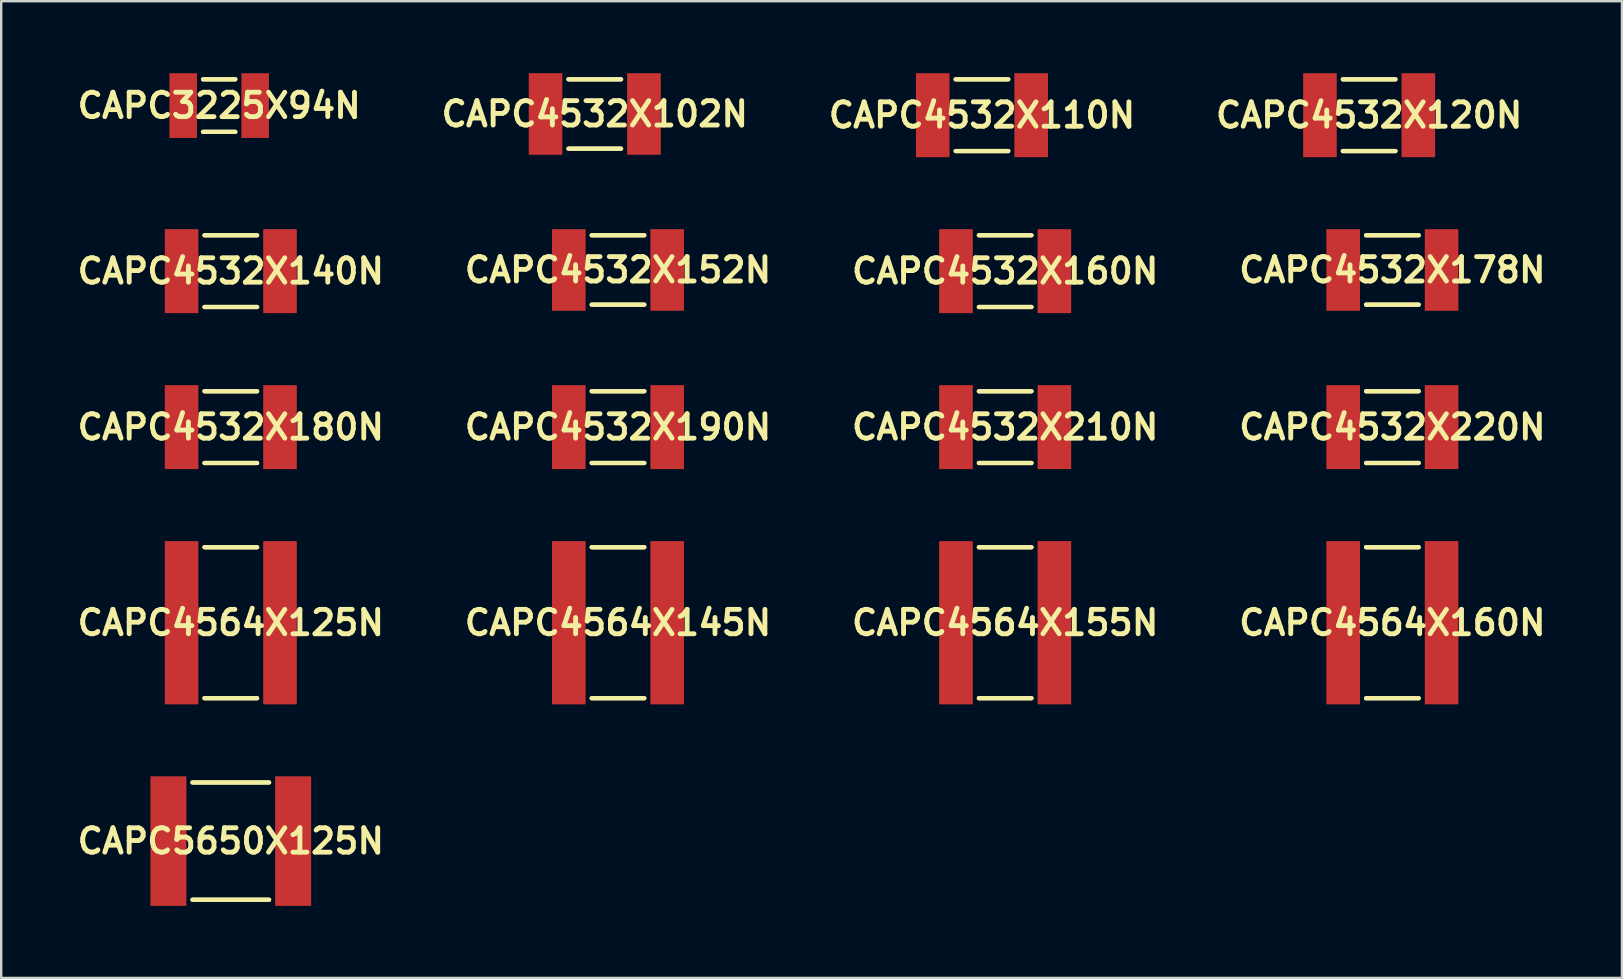
<source format=kicad_pcb>
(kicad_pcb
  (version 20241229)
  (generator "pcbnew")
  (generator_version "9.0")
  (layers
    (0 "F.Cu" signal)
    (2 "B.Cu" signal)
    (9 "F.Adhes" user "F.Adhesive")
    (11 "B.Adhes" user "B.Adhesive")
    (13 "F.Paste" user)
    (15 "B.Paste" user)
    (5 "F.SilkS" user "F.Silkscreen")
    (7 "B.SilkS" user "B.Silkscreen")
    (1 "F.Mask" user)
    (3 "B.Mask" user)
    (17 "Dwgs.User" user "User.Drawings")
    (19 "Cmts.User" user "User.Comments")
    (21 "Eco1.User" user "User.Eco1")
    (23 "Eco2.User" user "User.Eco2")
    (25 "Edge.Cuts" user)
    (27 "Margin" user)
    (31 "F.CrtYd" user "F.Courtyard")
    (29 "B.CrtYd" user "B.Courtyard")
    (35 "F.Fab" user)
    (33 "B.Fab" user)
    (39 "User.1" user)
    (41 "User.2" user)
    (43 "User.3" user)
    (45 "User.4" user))
  (footprint "CAPC4532X180N"
    (layer "F.Cu")
    (at 6.565 14.744)
    (property "Reference" "CAPC4532X180N" (at 0 0 0) (layer "F.SilkS") (effects (font (size 1.016 1.016) (thickness 0.203))))
    (attr smd)
    (fp_line (start -1.095 -1.494) (end 1.095 -1.494) (stroke (width 0.178) (type solid)) (layer "F.SilkS"))
    (fp_line (start -1.095 1.494) (end 1.095 1.494) (stroke (width 0.178) (type solid)) (layer "F.SilkS"))
    (fp_line (start 1.095 -1.494) (end -1.095 -1.494) (stroke (width 0.178) (type solid)) (layer "F.SilkS"))
    (fp_line (start 1.095 1.494) (end -1.095 1.494) (stroke (width 0.178) (type solid)) (layer "F.SilkS"))
    (pad "1" smd rect (at -2.05 0) (size 1.4 3.498) (layers "F.Cu" "F.Mask" "F.Paste"))
    (pad "2" smd rect (at 2.05 0) (size 1.4 3.498) (layers "F.Cu" "F.Mask" "F.Paste")))
  (footprint "CAPC3225X94N"
    (layer "F.Cu")
    (at 6.081 1.349)
    (property "Reference" "CAPC3225X94N" (at 0 0 0) (layer "F.SilkS") (effects (font (size 1.016 1.016) (thickness 0.203))))
    (attr smd)
    (fp_line (start -0.671 -1.095) (end 0.671 -1.095) (stroke (width 0.178) (type solid)) (layer "F.SilkS"))
    (fp_line (start -0.671 1.095) (end 0.671 1.095) (stroke (width 0.178) (type solid)) (layer "F.SilkS"))
    (fp_line (start 0.671 -1.095) (end -0.671 -1.095) (stroke (width 0.178) (type solid)) (layer "F.SilkS"))
    (fp_line (start 0.671 1.095) (end -0.671 1.095) (stroke (width 0.178) (type solid)) (layer "F.SilkS"))
    (pad "1" smd rect (at -1.499 0) (size 1.148 2.697) (layers "F.Cu" "F.Mask" "F.Paste"))
    (pad "2" smd rect (at 1.499 0) (size 1.148 2.697) (layers "F.Cu" "F.Mask" "F.Paste")))
  (footprint "CAPC4532X152N"
    (layer "F.Cu")
    (at 22.696 8.197)
    (property "Reference" "CAPC4532X152N" (at 0 0 0) (layer "F.SilkS") (effects (font (size 1.016 1.016) (thickness 0.203))))
    (attr smd)
    (fp_line (start -1.095 -1.445) (end 1.095 -1.445) (stroke (width 0.178) (type solid)) (layer "F.SilkS"))
    (fp_line (start -1.095 1.445) (end 1.095 1.445) (stroke (width 0.178) (type solid)) (layer "F.SilkS"))
    (fp_line (start 1.095 -1.445) (end -1.095 -1.445) (stroke (width 0.178) (type solid)) (layer "F.SilkS"))
    (fp_line (start 1.095 1.445) (end -1.095 1.445) (stroke (width 0.178) (type solid)) (layer "F.SilkS"))
    (pad "1" smd rect (at -2.05 0) (size 1.4 3.399) (layers "F.Cu" "F.Mask" "F.Paste"))
    (pad "2" smd rect (at 2.05 0) (size 1.4 3.399) (layers "F.Cu" "F.Mask" "F.Paste")))
  (footprint "CAPC4532X140N"
    (layer "F.Cu")
    (at 6.565 8.246)
    (property "Reference" "CAPC4532X140N" (at 0 0 0) (layer "F.SilkS") (effects (font (size 1.016 1.016) (thickness 0.203))))
    (attr smd)
    (fp_line (start -1.095 -1.494) (end 1.095 -1.494) (stroke (width 0.178) (type solid)) (layer "F.SilkS"))
    (fp_line (start -1.095 1.494) (end 1.095 1.494) (stroke (width 0.178) (type solid)) (layer "F.SilkS"))
    (fp_line (start 1.095 -1.494) (end -1.095 -1.494) (stroke (width 0.178) (type solid)) (layer "F.SilkS"))
    (fp_line (start 1.095 1.494) (end -1.095 1.494) (stroke (width 0.178) (type solid)) (layer "F.SilkS"))
    (pad "1" smd rect (at -2.05 0) (size 1.4 3.498) (layers "F.Cu" "F.Mask" "F.Paste"))
    (pad "2" smd rect (at 2.05 0) (size 1.4 3.498) (layers "F.Cu" "F.Mask" "F.Paste")))
  (footprint "CAPC4532X220N"
    (layer "F.Cu")
    (at 54.957 14.744)
    (property "Reference" "CAPC4532X220N" (at 0 0 0) (layer "F.SilkS") (effects (font (size 1.016 1.016) (thickness 0.203))))
    (attr smd)
    (fp_line (start -1.095 -1.494) (end 1.095 -1.494) (stroke (width 0.178) (type solid)) (layer "F.SilkS"))
    (fp_line (start -1.095 1.494) (end 1.095 1.494) (stroke (width 0.178) (type solid)) (layer "F.SilkS"))
    (fp_line (start 1.095 -1.494) (end -1.095 -1.494) (stroke (width 0.178) (type solid)) (layer "F.SilkS"))
    (fp_line (start 1.095 1.494) (end -1.095 1.494) (stroke (width 0.178) (type solid)) (layer "F.SilkS"))
    (pad "1" smd rect (at -2.05 0) (size 1.4 3.498) (layers "F.Cu" "F.Mask" "F.Paste"))
    (pad "2" smd rect (at 2.05 0) (size 1.4 3.498) (layers "F.Cu" "F.Mask" "F.Paste")))
  (footprint "CAPC4532X102N"
    (layer "F.Cu")
    (at 21.728 1.699)
    (property "Reference" "CAPC4532X102N" (at 0 0 0) (layer "F.SilkS") (effects (font (size 1.016 1.016) (thickness 0.203))))
    (attr smd)
    (fp_line (start -1.095 -1.445) (end 1.095 -1.445) (stroke (width 0.178) (type solid)) (layer "F.SilkS"))
    (fp_line (start -1.095 1.445) (end 1.095 1.445) (stroke (width 0.178) (type solid)) (layer "F.SilkS"))
    (fp_line (start 1.095 -1.445) (end -1.095 -1.445) (stroke (width 0.178) (type solid)) (layer "F.SilkS"))
    (fp_line (start 1.095 1.445) (end -1.095 1.445) (stroke (width 0.178) (type solid)) (layer "F.SilkS"))
    (pad "1" smd rect (at -2.05 0) (size 1.4 3.399) (layers "F.Cu" "F.Mask" "F.Paste"))
    (pad "2" smd rect (at 2.05 0) (size 1.4 3.399) (layers "F.Cu" "F.Mask" "F.Paste")))
  (footprint "CAPC4532X160N"
    (layer "F.Cu")
    (at 38.826 8.246)
    (property "Reference" "CAPC4532X160N" (at 0 0 0) (layer "F.SilkS") (effects (font (size 1.016 1.016) (thickness 0.203))))
    (attr smd)
    (fp_line (start -1.095 -1.494) (end 1.095 -1.494) (stroke (width 0.178) (type solid)) (layer "F.SilkS"))
    (fp_line (start -1.095 1.494) (end 1.095 1.494) (stroke (width 0.178) (type solid)) (layer "F.SilkS"))
    (fp_line (start 1.095 -1.494) (end -1.095 -1.494) (stroke (width 0.178) (type solid)) (layer "F.SilkS"))
    (fp_line (start 1.095 1.494) (end -1.095 1.494) (stroke (width 0.178) (type solid)) (layer "F.SilkS"))
    (pad "1" smd rect (at -2.05 0) (size 1.4 3.498) (layers "F.Cu" "F.Mask" "F.Paste"))
    (pad "2" smd rect (at 2.05 0) (size 1.4 3.498) (layers "F.Cu" "F.Mask" "F.Paste")))
  (footprint "CAPC4564X160N"
    (layer "F.Cu")
    (at 54.957 22.893)
    (property "Reference" "CAPC4564X160N" (at 0 0 0) (layer "F.SilkS") (effects (font (size 1.016 1.016) (thickness 0.203))))
    (attr smd)
    (fp_line (start -1.095 -3.145) (end 1.095 -3.145) (stroke (width 0.178) (type solid)) (layer "F.SilkS"))
    (fp_line (start -1.095 3.145) (end 1.095 3.145) (stroke (width 0.178) (type solid)) (layer "F.SilkS"))
    (fp_line (start 1.095 -3.145) (end -1.095 -3.145) (stroke (width 0.178) (type solid)) (layer "F.SilkS"))
    (fp_line (start 1.095 3.145) (end -1.095 3.145) (stroke (width 0.178) (type solid)) (layer "F.SilkS"))
    (pad "1" smd rect (at -2.05 0) (size 1.4 6.8) (layers "F.Cu" "F.Mask" "F.Paste"))
    (pad "2" smd rect (at 2.05 0) (size 1.4 6.8) (layers "F.Cu" "F.Mask" "F.Paste")))
  (footprint "CAPC4532X210N"
    (layer "F.Cu")
    (at 38.826 14.744)
    (property "Reference" "CAPC4532X210N" (at 0 0 0) (layer "F.SilkS") (effects (font (size 1.016 1.016) (thickness 0.203))))
    (attr smd)
    (fp_line (start -1.095 -1.494) (end 1.095 -1.494) (stroke (width 0.178) (type solid)) (layer "F.SilkS"))
    (fp_line (start -1.095 1.494) (end 1.095 1.494) (stroke (width 0.178) (type solid)) (layer "F.SilkS"))
    (fp_line (start 1.095 -1.494) (end -1.095 -1.494) (stroke (width 0.178) (type solid)) (layer "F.SilkS"))
    (fp_line (start 1.095 1.494) (end -1.095 1.494) (stroke (width 0.178) (type solid)) (layer "F.SilkS"))
    (pad "1" smd rect (at -2.05 0) (size 1.4 3.498) (layers "F.Cu" "F.Mask" "F.Paste"))
    (pad "2" smd rect (at 2.05 0) (size 1.4 3.498) (layers "F.Cu" "F.Mask" "F.Paste")))
  (footprint "CAPC4564X155N"
    (layer "F.Cu")
    (at 38.826 22.893)
    (property "Reference" "CAPC4564X155N" (at 0 0 0) (layer "F.SilkS") (effects (font (size 1.016 1.016) (thickness 0.203))))
    (attr smd)
    (fp_line (start -1.095 -3.145) (end 1.095 -3.145) (stroke (width 0.178) (type solid)) (layer "F.SilkS"))
    (fp_line (start -1.095 3.145) (end 1.095 3.145) (stroke (width 0.178) (type solid)) (layer "F.SilkS"))
    (fp_line (start 1.095 -3.145) (end -1.095 -3.145) (stroke (width 0.178) (type solid)) (layer "F.SilkS"))
    (fp_line (start 1.095 3.145) (end -1.095 3.145) (stroke (width 0.178) (type solid)) (layer "F.SilkS"))
    (pad "1" smd rect (at -2.05 0) (size 1.4 6.8) (layers "F.Cu" "F.Mask" "F.Paste"))
    (pad "2" smd rect (at 2.05 0) (size 1.4 6.8) (layers "F.Cu" "F.Mask" "F.Paste")))
  (footprint "CAPC4564X145N"
    (layer "F.Cu")
    (at 22.696 22.893)
    (property "Reference" "CAPC4564X145N" (at 0 0 0) (layer "F.SilkS") (effects (font (size 1.016 1.016) (thickness 0.203))))
    (attr smd)
    (fp_line (start -1.095 -3.145) (end 1.095 -3.145) (stroke (width 0.178) (type solid)) (layer "F.SilkS"))
    (fp_line (start -1.095 3.145) (end 1.095 3.145) (stroke (width 0.178) (type solid)) (layer "F.SilkS"))
    (fp_line (start 1.095 -3.145) (end -1.095 -3.145) (stroke (width 0.178) (type solid)) (layer "F.SilkS"))
    (fp_line (start 1.095 3.145) (end -1.095 3.145) (stroke (width 0.178) (type solid)) (layer "F.SilkS"))
    (pad "1" smd rect (at -2.05 0) (size 1.4 6.8) (layers "F.Cu" "F.Mask" "F.Paste"))
    (pad "2" smd rect (at 2.05 0) (size 1.4 6.8) (layers "F.Cu" "F.Mask" "F.Paste")))
  (footprint "CAPC4532X178N"
    (layer "F.Cu")
    (at 54.957 8.197)
    (property "Reference" "CAPC4532X178N" (at 0 0 0) (layer "F.SilkS") (effects (font (size 1.016 1.016) (thickness 0.203))))
    (attr smd)
    (fp_line (start -1.095 -1.445) (end 1.095 -1.445) (stroke (width 0.178) (type solid)) (layer "F.SilkS"))
    (fp_line (start -1.095 1.445) (end 1.095 1.445) (stroke (width 0.178) (type solid)) (layer "F.SilkS"))
    (fp_line (start 1.095 -1.445) (end -1.095 -1.445) (stroke (width 0.178) (type solid)) (layer "F.SilkS"))
    (fp_line (start 1.095 1.445) (end -1.095 1.445) (stroke (width 0.178) (type solid)) (layer "F.SilkS"))
    (pad "1" smd rect (at -2.05 0) (size 1.4 3.399) (layers "F.Cu" "F.Mask" "F.Paste"))
    (pad "2" smd rect (at 2.05 0) (size 1.4 3.399) (layers "F.Cu" "F.Mask" "F.Paste")))
  (footprint "CAPC4532X120N"
    (layer "F.Cu")
    (at 53.989 1.749)
    (property "Reference" "CAPC4532X120N" (at 0 0 0) (layer "F.SilkS") (effects (font (size 1.016 1.016) (thickness 0.203))))
    (attr smd)
    (fp_line (start -1.095 -1.494) (end 1.095 -1.494) (stroke (width 0.178) (type solid)) (layer "F.SilkS"))
    (fp_line (start -1.095 1.494) (end 1.095 1.494) (stroke (width 0.178) (type solid)) (layer "F.SilkS"))
    (fp_line (start 1.095 -1.494) (end -1.095 -1.494) (stroke (width 0.178) (type solid)) (layer "F.SilkS"))
    (fp_line (start 1.095 1.494) (end -1.095 1.494) (stroke (width 0.178) (type solid)) (layer "F.SilkS"))
    (pad "1" smd rect (at -2.05 0) (size 1.4 3.498) (layers "F.Cu" "F.Mask" "F.Paste"))
    (pad "2" smd rect (at 2.05 0) (size 1.4 3.498) (layers "F.Cu" "F.Mask" "F.Paste")))
  (footprint "CAPC5650X125N"
    (layer "F.Cu")
    (at 6.565 31.991)
    (property "Reference" "CAPC5650X125N" (at 0 0 0) (layer "F.SilkS") (effects (font (size 1.016 1.016) (thickness 0.203))))
    (attr smd)
    (fp_line (start -1.595 -2.443) (end 1.595 -2.443) (stroke (width 0.178) (type solid)) (layer "F.SilkS"))
    (fp_line (start -1.595 2.443) (end 1.595 2.443) (stroke (width 0.178) (type solid)) (layer "F.SilkS"))
    (fp_line (start 1.595 -2.443) (end -1.595 -2.443) (stroke (width 0.178) (type solid)) (layer "F.SilkS"))
    (fp_line (start 1.595 2.443) (end -1.595 2.443) (stroke (width 0.178) (type solid)) (layer "F.SilkS"))
    (pad "1" smd rect (at -2.598 0) (size 1.499 5.397) (layers "F.Cu" "F.Mask" "F.Paste"))
    (pad "2" smd rect (at 2.598 0) (size 1.499 5.397) (layers "F.Cu" "F.Mask" "F.Paste")))
  (footprint "CAPC4564X125N"
    (layer "F.Cu")
    (at 6.565 22.893)
    (property "Reference" "CAPC4564X125N" (at 0 0 0) (layer "F.SilkS") (effects (font (size 1.016 1.016) (thickness 0.203))))
    (attr smd)
    (fp_line (start -1.095 -3.145) (end 1.095 -3.145) (stroke (width 0.178) (type solid)) (layer "F.SilkS"))
    (fp_line (start -1.095 3.145) (end 1.095 3.145) (stroke (width 0.178) (type solid)) (layer "F.SilkS"))
    (fp_line (start 1.095 -3.145) (end -1.095 -3.145) (stroke (width 0.178) (type solid)) (layer "F.SilkS"))
    (fp_line (start 1.095 3.145) (end -1.095 3.145) (stroke (width 0.178) (type solid)) (layer "F.SilkS"))
    (pad "1" smd rect (at -2.05 0) (size 1.4 6.8) (layers "F.Cu" "F.Mask" "F.Paste"))
    (pad "2" smd rect (at 2.05 0) (size 1.4 6.8) (layers "F.Cu" "F.Mask" "F.Paste")))
  (footprint "CAPC4532X190N"
    (layer "F.Cu")
    (at 22.696 14.744)
    (property "Reference" "CAPC4532X190N" (at 0 0 0) (layer "F.SilkS") (effects (font (size 1.016 1.016) (thickness 0.203))))
    (attr smd)
    (fp_line (start -1.095 -1.494) (end 1.095 -1.494) (stroke (width 0.178) (type solid)) (layer "F.SilkS"))
    (fp_line (start -1.095 1.494) (end 1.095 1.494) (stroke (width 0.178) (type solid)) (layer "F.SilkS"))
    (fp_line (start 1.095 -1.494) (end -1.095 -1.494) (stroke (width 0.178) (type solid)) (layer "F.SilkS"))
    (fp_line (start 1.095 1.494) (end -1.095 1.494) (stroke (width 0.178) (type solid)) (layer "F.SilkS"))
    (pad "1" smd rect (at -2.05 0) (size 1.4 3.498) (layers "F.Cu" "F.Mask" "F.Paste"))
    (pad "2" smd rect (at 2.05 0) (size 1.4 3.498) (layers "F.Cu" "F.Mask" "F.Paste")))
  (footprint "CAPC4532X110N"
    (layer "F.Cu")
    (at 37.859 1.749)
    (property "Reference" "CAPC4532X110N" (at 0 0 0) (layer "F.SilkS") (effects (font (size 1.016 1.016) (thickness 0.203))))
    (attr smd)
    (fp_line (start -1.095 -1.494) (end 1.095 -1.494) (stroke (width 0.178) (type solid)) (layer "F.SilkS"))
    (fp_line (start -1.095 1.494) (end 1.095 1.494) (stroke (width 0.178) (type solid)) (layer "F.SilkS"))
    (fp_line (start 1.095 -1.494) (end -1.095 -1.494) (stroke (width 0.178) (type solid)) (layer "F.SilkS"))
    (fp_line (start 1.095 1.494) (end -1.095 1.494) (stroke (width 0.178) (type solid)) (layer "F.SilkS"))
    (pad "1" smd rect (at -2.05 0) (size 1.4 3.498) (layers "F.Cu" "F.Mask" "F.Paste"))
    (pad "2" smd rect (at 2.05 0) (size 1.4 3.498) (layers "F.Cu" "F.Mask" "F.Paste")))
  (gr_rect
    (start -3 -3)
    (end 64.522 37.69)
    (stroke (width 0.1) (type default))
    (fill no)
    (layer "Edge.Cuts")))
</source>
